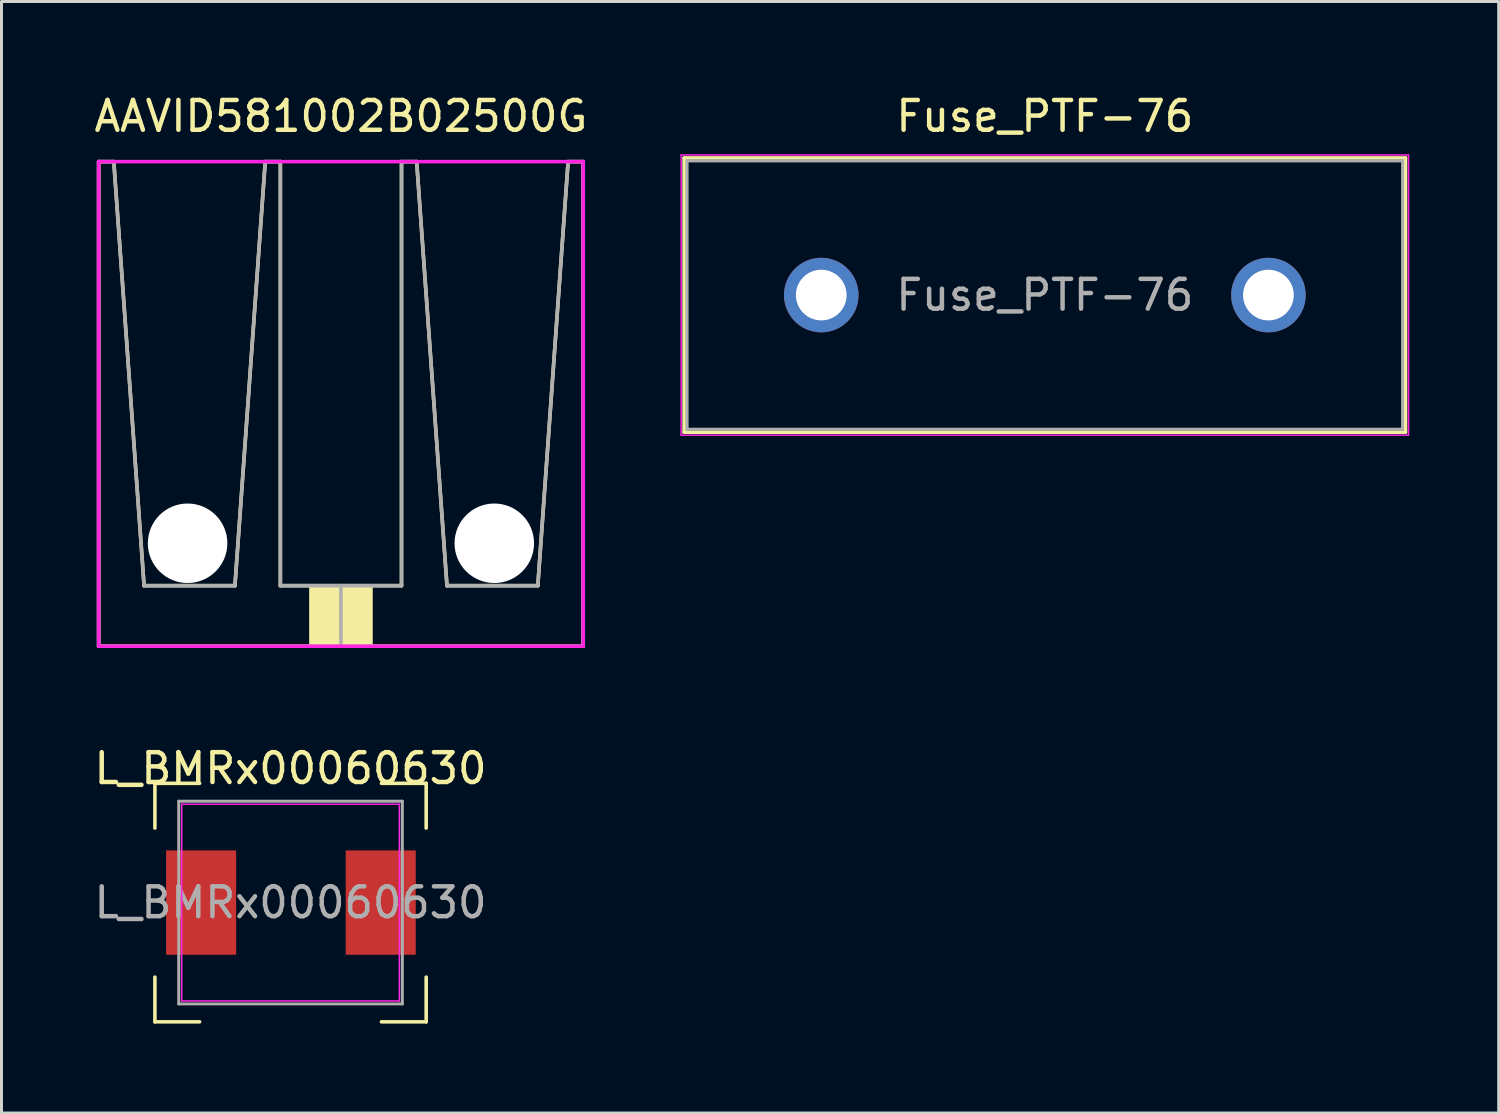
<source format=kicad_pcb>
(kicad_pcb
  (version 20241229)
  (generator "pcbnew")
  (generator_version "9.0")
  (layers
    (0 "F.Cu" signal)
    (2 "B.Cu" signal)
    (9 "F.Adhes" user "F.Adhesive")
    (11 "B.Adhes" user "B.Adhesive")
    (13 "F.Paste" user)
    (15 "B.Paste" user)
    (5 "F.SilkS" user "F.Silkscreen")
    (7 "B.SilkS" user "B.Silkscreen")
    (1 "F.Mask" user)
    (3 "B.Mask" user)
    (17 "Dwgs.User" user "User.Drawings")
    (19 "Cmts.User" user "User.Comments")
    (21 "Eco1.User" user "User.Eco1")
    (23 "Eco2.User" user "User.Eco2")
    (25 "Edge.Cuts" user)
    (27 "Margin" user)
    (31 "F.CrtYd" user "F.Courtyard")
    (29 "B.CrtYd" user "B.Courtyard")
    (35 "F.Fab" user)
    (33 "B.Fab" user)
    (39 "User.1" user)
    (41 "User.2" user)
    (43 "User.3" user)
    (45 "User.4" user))
  (footprint "L_BMRx00060630"
    (layer "F.Cu")
    (at 6.696 27.227)
    (property "Reference" "L_BMRx00060630" (at 0 -4.5 0) (layer "F.SilkS") (effects (font (size 1 1) (thickness 0.15))))
    (attr smd)
    (fp_line (start -4.55 -4) (end -4.55 -2.5) (stroke (width 0.12) (type solid)) (layer "F.SilkS"))
    (fp_line (start -4.55 -4) (end -3.05 -4) (stroke (width 0.12) (type solid)) (layer "F.SilkS"))
    (fp_line (start -4.55 4) (end -4.55 2.5) (stroke (width 0.12) (type solid)) (layer "F.SilkS"))
    (fp_line (start -4.55 4) (end -3.05 4) (stroke (width 0.12) (type solid)) (layer "F.SilkS"))
    (fp_line (start 4.55 -4) (end 3.05 -4) (stroke (width 0.12) (type solid)) (layer "F.SilkS"))
    (fp_line (start 4.55 -4) (end 4.55 -2.5) (stroke (width 0.12) (type solid)) (layer "F.SilkS"))
    (fp_line (start 4.55 4) (end 3.05 4) (stroke (width 0.12) (type solid)) (layer "F.SilkS"))
    (fp_line (start 4.55 4) (end 4.55 2.5) (stroke (width 0.12) (type solid)) (layer "F.SilkS"))
    (fp_line (start -3.65 -3.3) (end -3.65 3.3) (stroke (width 0.05) (type solid)) (layer "F.CrtYd"))
    (fp_line (start -3.65 -3.3) (end 3.65 -3.3) (stroke (width 0.05) (type solid)) (layer "F.CrtYd"))
    (fp_line (start -3.65 3.3) (end 3.65 3.3) (stroke (width 0.05) (type solid)) (layer "F.CrtYd"))
    (fp_line (start 3.65 -3.3) (end 3.65 3.3) (stroke (width 0.05) (type solid)) (layer "F.CrtYd"))
    (fp_line (start -3.75 -3.4) (end -3.75 3.4) (stroke (width 0.1) (type solid)) (layer "F.Fab"))
    (fp_line (start -3.75 -3.4) (end 3.75 -3.4) (stroke (width 0.1) (type solid)) (layer "F.Fab"))
    (fp_line (start -3.75 3.4) (end 3.75 3.4) (stroke (width 0.1) (type solid)) (layer "F.Fab"))
    (fp_line (start 3.75 -3.4) (end 3.75 3.4) (stroke (width 0.1) (type solid)) (layer "F.Fab"))
    (fp_text user "${REFERENCE}" (at 0 0 0) (layer "F.Fab") (effects (font (size 1 1) (thickness 0.15))))
    (pad "1" smd rect (at -3 0) (size 2.35 3.5) (layers "F.Cu" "F.Mask" "F.Paste"))
    (pad "2" smd rect (at 3.025 0) (size 2.35 3.5) (layers "F.Cu" "F.Mask" "F.Paste")))
  (footprint "Fuse_PTF-76"
    (layer "F.Cu")
    (at 24.499 6.848)
    (property "Reference" "Fuse_PTF-76" (at 7.5 -6 0) (layer "F.SilkS") (effects (font (size 1 1) (thickness 0.15))))
    (attr through_hole)
    (fp_line (start -4.6 -4.6) (end -4.6 4.6) (stroke (width 0.12) (type solid)) (layer "F.SilkS"))
    (fp_line (start -4.6 -4.6) (end 19.6 -4.6) (stroke (width 0.12) (type solid)) (layer "F.SilkS"))
    (fp_line (start -4.6 4.6) (end 19.6 4.6) (stroke (width 0.12) (type solid)) (layer "F.SilkS"))
    (fp_line (start 19.6 -4.6) (end 19.6 4.6) (stroke (width 0.12) (type solid)) (layer "F.SilkS"))
    (fp_line (start -4.7 -4.7) (end -4.7 4.7) (stroke (width 0.05) (type solid)) (layer "F.CrtYd"))
    (fp_line (start -4.7 -4.7) (end 19.7 -4.7) (stroke (width 0.05) (type solid)) (layer "F.CrtYd"))
    (fp_line (start -4.7 4.7) (end 19.7 4.7) (stroke (width 0.05) (type solid)) (layer "F.CrtYd"))
    (fp_line (start 19.7 -4.7) (end 19.7 4.7) (stroke (width 0.05) (type solid)) (layer "F.CrtYd"))
    (fp_line (start -4.5 -4.5) (end -4.5 4.5) (stroke (width 0.1) (type solid)) (layer "F.Fab"))
    (fp_line (start -4.5 -4.5) (end 19.5 -4.5) (stroke (width 0.1) (type solid)) (layer "F.Fab"))
    (fp_line (start -4.5 4.5) (end 19.5 4.5) (stroke (width 0.1) (type solid)) (layer "F.Fab"))
    (fp_line (start 19.5 4.5) (end 19.5 -4.5) (stroke (width 0.1) (type solid)) (layer "F.Fab"))
    (fp_text user "${REFERENCE}" (at 7.5 0 0) (layer "F.Fab") (effects (font (size 1 1) (thickness 0.15))))
    (pad "1" thru_hole circle (at 0 0) (size 2.5 2.5) (drill 1.7) (layers "*.Cu" "*.Mask"))
    (pad "2" thru_hole circle (at 15 0) (size 2.5 2.5) (drill 1.7) (layers "*.Cu" "*.Mask")))
  (footprint "AAVID581002B02500G"
    (layer "F.Cu")
    (at 8.387 18.628)
    (property "Reference" "AAVID581002B02500G" (at 0 -17.78 0) (layer "F.SilkS") (effects (font (size 1 1) (thickness 0.15))))
    (attr through_hole)
    (fp_line (start -8.128 -16.256) (end -8.128 0) (stroke (width 0.12) (type solid)) (layer "F.SilkS"))
    (fp_line (start -8.128 0) (end 8.128 0) (stroke (width 0.12) (type solid)) (layer "F.SilkS"))
    (fp_line (start -7.62 -16.256) (end -8.128 -16.256) (stroke (width 0.12) (type solid)) (layer "F.SilkS"))
    (fp_line (start -6.604 -2.032) (end -7.62 -16.256) (stroke (width 0.12) (type solid)) (layer "F.SilkS"))
    (fp_line (start -3.556 -2.032) (end -6.604 -2.032) (stroke (width 0.12) (type solid)) (layer "F.SilkS"))
    (fp_line (start -2.54 -16.256) (end -3.556 -2.032) (stroke (width 0.12) (type solid)) (layer "F.SilkS"))
    (fp_line (start -2.032 -16.256) (end -2.54 -16.256) (stroke (width 0.12) (type solid)) (layer "F.SilkS"))
    (fp_line (start -2.032 -2.032) (end -2.032 -16.256) (stroke (width 0.12) (type solid)) (layer "F.SilkS"))
    (fp_line (start 0 -2.032) (end 0 0) (stroke (width 0.12) (type solid)) (layer "F.SilkS"))
    (fp_line (start 2.032 -16.256) (end 2.032 -2.032) (stroke (width 0.12) (type solid)) (layer "F.SilkS"))
    (fp_line (start 2.032 -2.032) (end -2.032 -2.032) (stroke (width 0.12) (type solid)) (layer "F.SilkS"))
    (fp_line (start 2.54 -16.256) (end 2.032 -16.256) (stroke (width 0.12) (type solid)) (layer "F.SilkS"))
    (fp_line (start 3.556 -2.032) (end 2.54 -16.256) (stroke (width 0.12) (type solid)) (layer "F.SilkS"))
    (fp_line (start 6.604 -2.032) (end 3.556 -2.032) (stroke (width 0.12) (type solid)) (layer "F.SilkS"))
    (fp_line (start 7.62 -16.256) (end 6.604 -2.032) (stroke (width 0.12) (type solid)) (layer "F.SilkS"))
    (fp_line (start 8.128 -16.256) (end 7.62 -16.256) (stroke (width 0.12) (type solid)) (layer "F.SilkS"))
    (fp_line (start 8.128 0) (end 8.128 -16.256) (stroke (width 0.12) (type solid)) (layer "F.SilkS"))
    (fp_poly (pts (xy 1.016 0) (xy -1.016 0) (xy -1.016 -2.032) (xy 1.016 -2.032)) (stroke (width 0.1) (type solid)) (fill yes) (layer "F.SilkS"))
    (fp_line (start -8.128 0) (end -8.128 -16.256) (stroke (width 0.12) (type solid)) (layer "F.CrtYd"))
    (fp_line (start 0 0) (end -8.128 0) (stroke (width 0.12) (type solid)) (layer "F.CrtYd"))
    (fp_line (start 0 0) (end 8.128 0) (stroke (width 0.12) (type solid)) (layer "F.CrtYd"))
    (fp_line (start 8.128 -16.256) (end -8.128 -16.256) (stroke (width 0.12) (type solid)) (layer "F.CrtYd"))
    (fp_line (start 8.128 0) (end 8.128 -16.256) (stroke (width 0.12) (type solid)) (layer "F.CrtYd"))
    (fp_line (start -8.128 -16.256) (end -8.128 0) (stroke (width 0.12) (type solid)) (layer "F.Fab"))
    (fp_line (start -8.128 0) (end 8.128 0) (stroke (width 0.12) (type solid)) (layer "F.Fab"))
    (fp_line (start -7.62 -16.256) (end -8.128 -16.256) (stroke (width 0.12) (type solid)) (layer "F.Fab"))
    (fp_line (start -6.604 -2.032) (end -7.62 -16.256) (stroke (width 0.12) (type solid)) (layer "F.Fab"))
    (fp_line (start -3.556 -2.032) (end -6.604 -2.032) (stroke (width 0.12) (type solid)) (layer "F.Fab"))
    (fp_line (start -2.54 -16.256) (end -3.556 -2.032) (stroke (width 0.12) (type solid)) (layer "F.Fab"))
    (fp_line (start -2.032 -16.256) (end -2.54 -16.256) (stroke (width 0.12) (type solid)) (layer "F.Fab"))
    (fp_line (start -2.032 -2.032) (end -2.032 -16.256) (stroke (width 0.12) (type solid)) (layer "F.Fab"))
    (fp_line (start 0 -2.032) (end 0 0) (stroke (width 0.12) (type solid)) (layer "F.Fab"))
    (fp_line (start 2.032 -16.256) (end 2.032 -2.032) (stroke (width 0.12) (type solid)) (layer "F.Fab"))
    (fp_line (start 2.032 -2.032) (end -2.032 -2.032) (stroke (width 0.12) (type solid)) (layer "F.Fab"))
    (fp_line (start 2.54 -16.256) (end 2.032 -16.256) (stroke (width 0.12) (type solid)) (layer "F.Fab"))
    (fp_line (start 3.556 -2.032) (end 2.54 -16.256) (stroke (width 0.12) (type solid)) (layer "F.Fab"))
    (fp_line (start 6.604 -2.032) (end 3.556 -2.032) (stroke (width 0.12) (type solid)) (layer "F.Fab"))
    (fp_line (start 7.62 -16.256) (end 6.604 -2.032) (stroke (width 0.12) (type solid)) (layer "F.Fab"))
    (fp_line (start 8.128 -16.256) (end 7.62 -16.256) (stroke (width 0.12) (type solid)) (layer "F.Fab"))
    (fp_line (start 8.128 0) (end 8.128 -16.256) (stroke (width 0.12) (type solid)) (layer "F.Fab"))
    (pad "" np_thru_hole circle (at -5.144 -3.454) (size 2.667 2.667) (drill 2.667) (layers "*.Cu" "*.Mask"))
    (pad "" np_thru_hole circle (at 5.144 -3.454) (size 2.667 2.667) (drill 2.667) (layers "*.Cu" "*.Mask")))
  (gr_rect
    (start -3 -3)
    (end 47.224 34.286)
    (stroke (width 0.1) (type default))
    (fill no)
    (layer "Edge.Cuts")))
</source>
